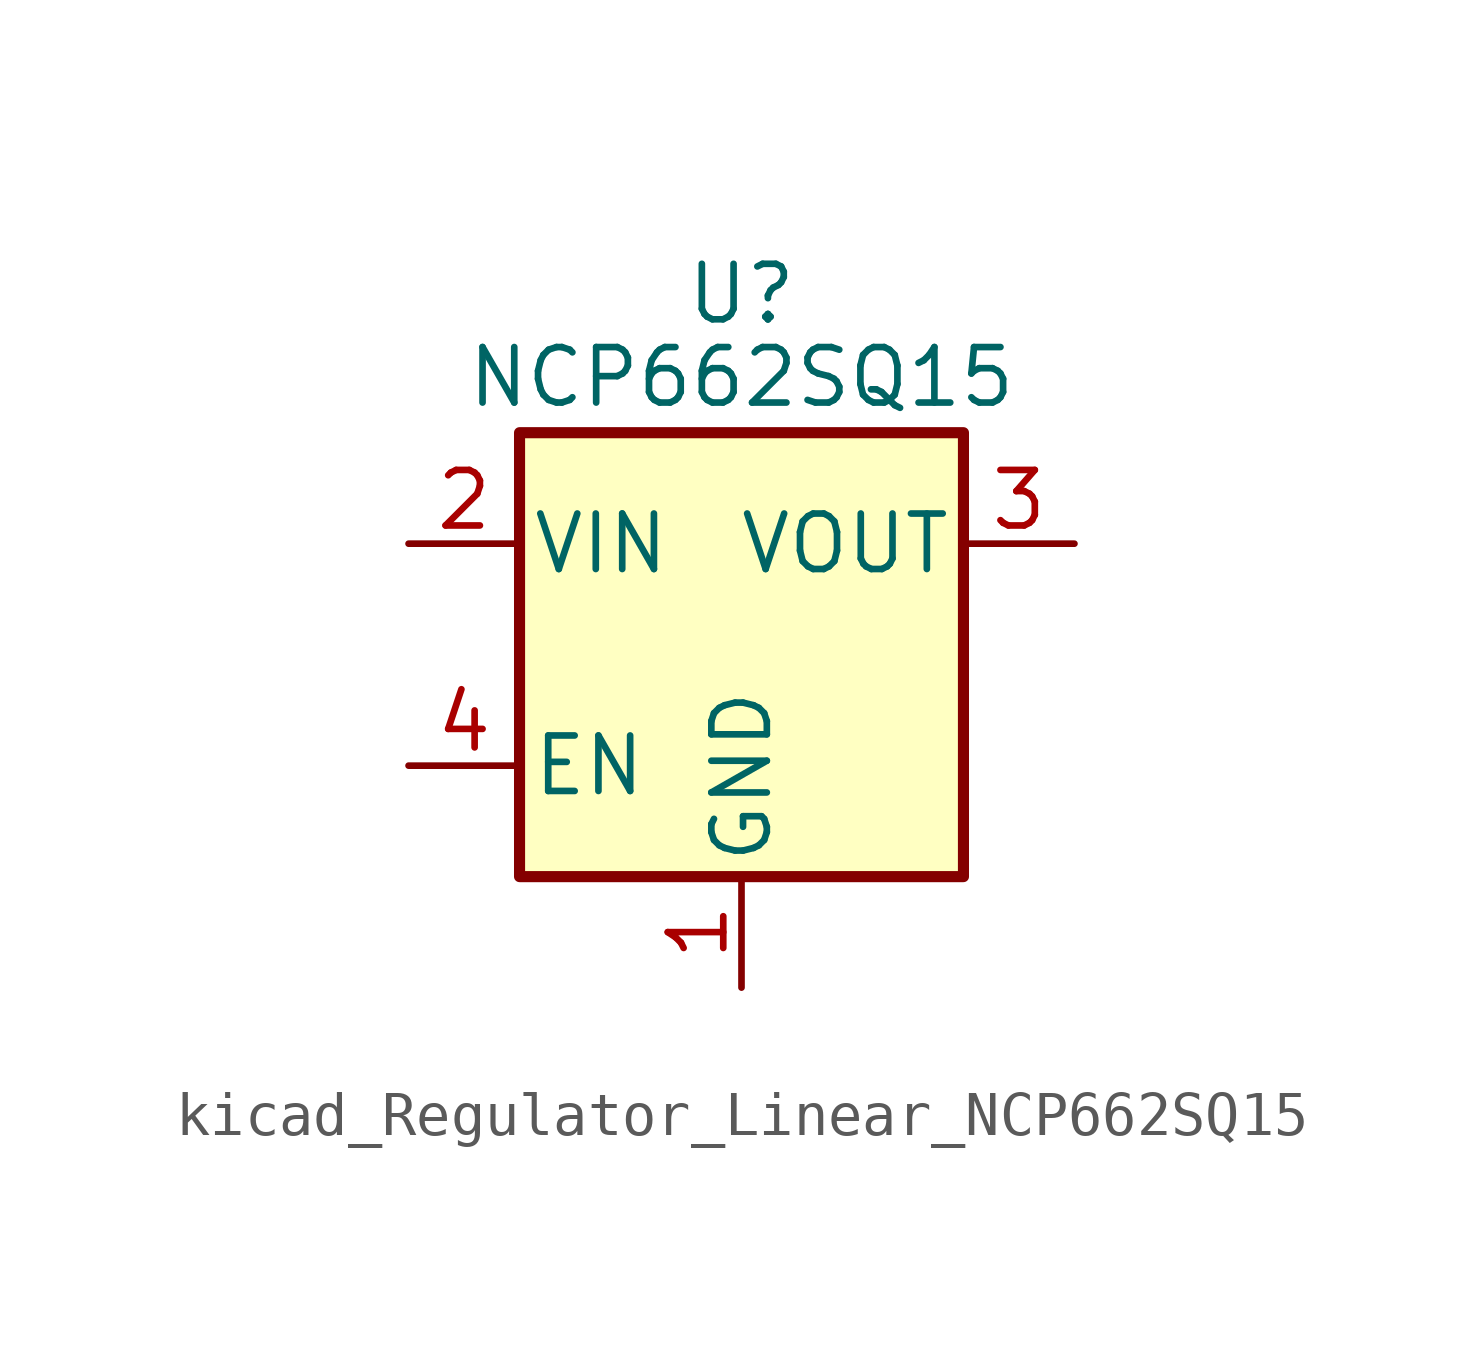
<source format=kicad_sym>
(kicad_symbol_lib
  (version 20220914)
  (generator kicad_symbol_editor)
  (symbol "kicad_Regulator_Linear_NCP662SQ15"
    (pin_names
      (offset 0.254))
    (property "Reference" "U"
      (at 0 8.255 0)
      (effects (font (size 1.27 1.27))))
    (property "Value" "NCP662SQ15"
      (at 0 6.35 0)
      (effects (font (size 1.27 1.27))))
    (symbol "kicad_Regulator_Linear_NCP662SQ15_0_1"
      (rectangle (start -5.08 5.08) (end 5.08 -5.08) (stroke (width 0.254) (type default)) (fill (type background))))
    (symbol "kicad_Regulator_Linear_NCP662SQ15_1_1"
      (pin power_in line (at 0 -7.62 90) (length 2.54) (name "GND" (effects (font (size 1.27 1.27)))) (number "1" (effects (font (size 1.27 1.27)))))
      (pin power_in line (at -7.62 2.54 0) (length 2.54) (name "VIN" (effects (font (size 1.27 1.27)))) (number "2" (effects (font (size 1.27 1.27)))))
      (pin power_out line (at 7.62 2.54 180) (length 2.54) (name "VOUT" (effects (font (size 1.27 1.27)))) (number "3" (effects (font (size 1.27 1.27)))))
      (pin input line (at -7.62 -2.54 0) (length 2.54) (name "EN" (effects (font (size 1.27 1.27)))) (number "4" (effects (font (size 1.27 1.27))))))))
</source>
